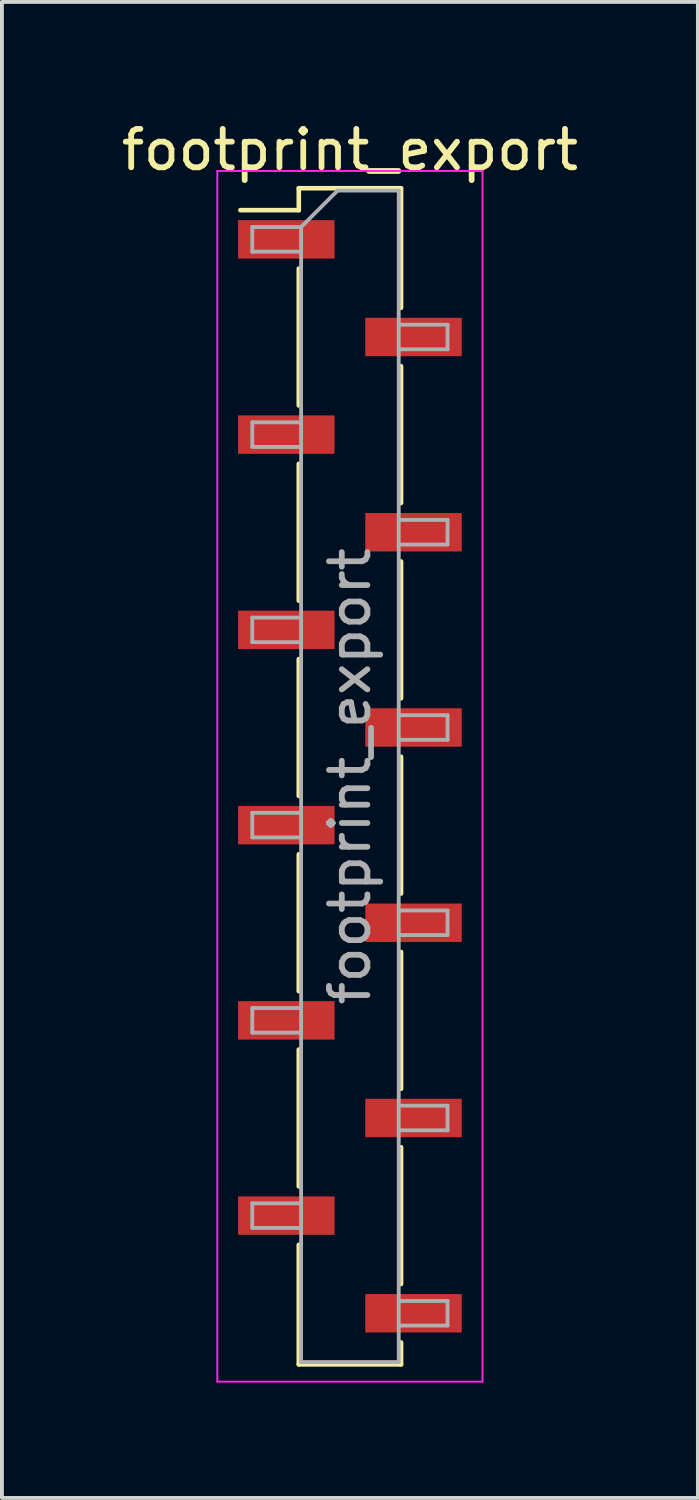
<source format=kicad_pcb>
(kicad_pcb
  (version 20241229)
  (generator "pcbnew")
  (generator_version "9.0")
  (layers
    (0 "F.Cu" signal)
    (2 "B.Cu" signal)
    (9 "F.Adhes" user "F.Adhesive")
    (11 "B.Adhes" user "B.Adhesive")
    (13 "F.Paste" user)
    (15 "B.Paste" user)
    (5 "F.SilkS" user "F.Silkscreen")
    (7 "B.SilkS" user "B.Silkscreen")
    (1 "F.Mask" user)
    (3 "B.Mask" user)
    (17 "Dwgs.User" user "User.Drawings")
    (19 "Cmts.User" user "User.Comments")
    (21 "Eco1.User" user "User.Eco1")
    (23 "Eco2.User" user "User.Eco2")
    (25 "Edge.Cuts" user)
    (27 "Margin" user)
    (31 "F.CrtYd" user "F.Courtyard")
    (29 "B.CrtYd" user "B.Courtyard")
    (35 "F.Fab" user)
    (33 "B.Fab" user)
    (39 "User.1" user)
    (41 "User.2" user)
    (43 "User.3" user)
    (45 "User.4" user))
  (footprint "footprint_export"
    (layer "F.Cu")
    (at 6.054 17.148)
    (property "Reference" "footprint_export" (at 0 -16.3 0) (layer "F.SilkS") (effects (font (size 1 1) (thickness 0.15))))
    (attr smd)
    (fp_line (start -1.33 -15.3) (end -1.33 -14.73) (stroke (width 0.12) (type solid)) (layer "F.SilkS"))
    (fp_line (start -1.33 -15.3) (end 1.33 -15.3) (stroke (width 0.12) (type solid)) (layer "F.SilkS"))
    (fp_line (start -1.33 -14.73) (end -2.85 -14.73) (stroke (width 0.12) (type solid)) (layer "F.SilkS"))
    (fp_line (start -1.33 -13.21) (end -1.33 -9.65) (stroke (width 0.12) (type solid)) (layer "F.SilkS"))
    (fp_line (start -1.33 -8.13) (end -1.33 -4.57) (stroke (width 0.12) (type solid)) (layer "F.SilkS"))
    (fp_line (start -1.33 -3.05) (end -1.33 0.51) (stroke (width 0.12) (type solid)) (layer "F.SilkS"))
    (fp_line (start -1.33 2.03) (end -1.33 5.59) (stroke (width 0.12) (type solid)) (layer "F.SilkS"))
    (fp_line (start -1.33 7.11) (end -1.33 10.67) (stroke (width 0.12) (type solid)) (layer "F.SilkS"))
    (fp_line (start -1.33 12.19) (end -1.33 15.3) (stroke (width 0.12) (type solid)) (layer "F.SilkS"))
    (fp_line (start -1.33 15.3) (end 1.33 15.3) (stroke (width 0.12) (type solid)) (layer "F.SilkS"))
    (fp_line (start 1.33 -15.3) (end 1.33 -12.19) (stroke (width 0.12) (type solid)) (layer "F.SilkS"))
    (fp_line (start 1.33 -10.67) (end 1.33 -7.11) (stroke (width 0.12) (type solid)) (layer "F.SilkS"))
    (fp_line (start 1.33 -5.59) (end 1.33 -2.03) (stroke (width 0.12) (type solid)) (layer "F.SilkS"))
    (fp_line (start 1.33 -0.51) (end 1.33 3.05) (stroke (width 0.12) (type solid)) (layer "F.SilkS"))
    (fp_line (start 1.33 4.57) (end 1.33 8.13) (stroke (width 0.12) (type solid)) (layer "F.SilkS"))
    (fp_line (start 1.33 9.65) (end 1.33 13.21) (stroke (width 0.12) (type solid)) (layer "F.SilkS"))
    (fp_line (start 1.33 14.73) (end 1.33 15.3) (stroke (width 0.12) (type solid)) (layer "F.SilkS"))
    (fp_line (start -3.45 -15.75) (end -3.45 15.75) (stroke (width 0.05) (type solid)) (layer "F.CrtYd"))
    (fp_line (start -3.45 15.75) (end 3.45 15.75) (stroke (width 0.05) (type solid)) (layer "F.CrtYd"))
    (fp_line (start 3.45 -15.75) (end -3.45 -15.75) (stroke (width 0.05) (type solid)) (layer "F.CrtYd"))
    (fp_line (start 3.45 15.75) (end 3.45 -15.75) (stroke (width 0.05) (type solid)) (layer "F.CrtYd"))
    (fp_line (start -2.54 -14.29) (end -2.54 -13.65) (stroke (width 0.1) (type solid)) (layer "F.Fab"))
    (fp_line (start -2.54 -13.65) (end -1.27 -13.65) (stroke (width 0.1) (type solid)) (layer "F.Fab"))
    (fp_line (start -2.54 -9.21) (end -2.54 -8.57) (stroke (width 0.1) (type solid)) (layer "F.Fab"))
    (fp_line (start -2.54 -8.57) (end -1.27 -8.57) (stroke (width 0.1) (type solid)) (layer "F.Fab"))
    (fp_line (start -2.54 -4.13) (end -2.54 -3.49) (stroke (width 0.1) (type solid)) (layer "F.Fab"))
    (fp_line (start -2.54 -3.49) (end -1.27 -3.49) (stroke (width 0.1) (type solid)) (layer "F.Fab"))
    (fp_line (start -2.54 0.95) (end -2.54 1.59) (stroke (width 0.1) (type solid)) (layer "F.Fab"))
    (fp_line (start -2.54 1.59) (end -1.27 1.59) (stroke (width 0.1) (type solid)) (layer "F.Fab"))
    (fp_line (start -2.54 6.03) (end -2.54 6.67) (stroke (width 0.1) (type solid)) (layer "F.Fab"))
    (fp_line (start -2.54 6.67) (end -1.27 6.67) (stroke (width 0.1) (type solid)) (layer "F.Fab"))
    (fp_line (start -2.54 11.11) (end -2.54 11.75) (stroke (width 0.1) (type solid)) (layer "F.Fab"))
    (fp_line (start -2.54 11.75) (end -1.27 11.75) (stroke (width 0.1) (type solid)) (layer "F.Fab"))
    (fp_line (start -1.27 -14.29) (end -2.54 -14.29) (stroke (width 0.1) (type solid)) (layer "F.Fab"))
    (fp_line (start -1.27 -14.29) (end -0.32 -15.24) (stroke (width 0.1) (type solid)) (layer "F.Fab"))
    (fp_line (start -1.27 -9.21) (end -2.54 -9.21) (stroke (width 0.1) (type solid)) (layer "F.Fab"))
    (fp_line (start -1.27 -4.13) (end -2.54 -4.13) (stroke (width 0.1) (type solid)) (layer "F.Fab"))
    (fp_line (start -1.27 0.95) (end -2.54 0.95) (stroke (width 0.1) (type solid)) (layer "F.Fab"))
    (fp_line (start -1.27 6.03) (end -2.54 6.03) (stroke (width 0.1) (type solid)) (layer "F.Fab"))
    (fp_line (start -1.27 11.11) (end -2.54 11.11) (stroke (width 0.1) (type solid)) (layer "F.Fab"))
    (fp_line (start -1.27 15.24) (end -1.27 -14.29) (stroke (width 0.1) (type solid)) (layer "F.Fab"))
    (fp_line (start -0.32 -15.24) (end 1.27 -15.24) (stroke (width 0.1) (type solid)) (layer "F.Fab"))
    (fp_line (start 1.27 -15.24) (end 1.27 15.24) (stroke (width 0.1) (type solid)) (layer "F.Fab"))
    (fp_line (start 1.27 -11.75) (end 2.54 -11.75) (stroke (width 0.1) (type solid)) (layer "F.Fab"))
    (fp_line (start 1.27 -6.67) (end 2.54 -6.67) (stroke (width 0.1) (type solid)) (layer "F.Fab"))
    (fp_line (start 1.27 -1.59) (end 2.54 -1.59) (stroke (width 0.1) (type solid)) (layer "F.Fab"))
    (fp_line (start 1.27 3.49) (end 2.54 3.49) (stroke (width 0.1) (type solid)) (layer "F.Fab"))
    (fp_line (start 1.27 8.57) (end 2.54 8.57) (stroke (width 0.1) (type solid)) (layer "F.Fab"))
    (fp_line (start 1.27 13.65) (end 2.54 13.65) (stroke (width 0.1) (type solid)) (layer "F.Fab"))
    (fp_line (start 1.27 15.24) (end -1.27 15.24) (stroke (width 0.1) (type solid)) (layer "F.Fab"))
    (fp_line (start 2.54 -11.75) (end 2.54 -11.11) (stroke (width 0.1) (type solid)) (layer "F.Fab"))
    (fp_line (start 2.54 -11.11) (end 1.27 -11.11) (stroke (width 0.1) (type solid)) (layer "F.Fab"))
    (fp_line (start 2.54 -6.67) (end 2.54 -6.03) (stroke (width 0.1) (type solid)) (layer "F.Fab"))
    (fp_line (start 2.54 -6.03) (end 1.27 -6.03) (stroke (width 0.1) (type solid)) (layer "F.Fab"))
    (fp_line (start 2.54 -1.59) (end 2.54 -0.95) (stroke (width 0.1) (type solid)) (layer "F.Fab"))
    (fp_line (start 2.54 -0.95) (end 1.27 -0.95) (stroke (width 0.1) (type solid)) (layer "F.Fab"))
    (fp_line (start 2.54 3.49) (end 2.54 4.13) (stroke (width 0.1) (type solid)) (layer "F.Fab"))
    (fp_line (start 2.54 4.13) (end 1.27 4.13) (stroke (width 0.1) (type solid)) (layer "F.Fab"))
    (fp_line (start 2.54 8.57) (end 2.54 9.21) (stroke (width 0.1) (type solid)) (layer "F.Fab"))
    (fp_line (start 2.54 9.21) (end 1.27 9.21) (stroke (width 0.1) (type solid)) (layer "F.Fab"))
    (fp_line (start 2.54 13.65) (end 2.54 14.29) (stroke (width 0.1) (type solid)) (layer "F.Fab"))
    (fp_line (start 2.54 14.29) (end 1.27 14.29) (stroke (width 0.1) (type solid)) (layer "F.Fab"))
    (fp_text user "${REFERENCE}" (at 0 0 90) (layer "F.Fab") (effects (font (size 1 1) (thickness 0.15))))
    (pad "1" smd rect (at -1.655 -13.97) (size 2.51 1) (layers "F.Cu" "F.Mask" "F.Paste"))
    (pad "2" smd rect (at 1.655 -11.43) (size 2.51 1) (layers "F.Cu" "F.Mask" "F.Paste"))
    (pad "3" smd rect (at -1.655 -8.89) (size 2.51 1) (layers "F.Cu" "F.Mask" "F.Paste"))
    (pad "4" smd rect (at 1.655 -6.35) (size 2.51 1) (layers "F.Cu" "F.Mask" "F.Paste"))
    (pad "5" smd rect (at -1.655 -3.81) (size 2.51 1) (layers "F.Cu" "F.Mask" "F.Paste"))
    (pad "6" smd rect (at 1.655 -1.27) (size 2.51 1) (layers "F.Cu" "F.Mask" "F.Paste"))
    (pad "7" smd rect (at -1.655 1.27) (size 2.51 1) (layers "F.Cu" "F.Mask" "F.Paste"))
    (pad "8" smd rect (at 1.655 3.81) (size 2.51 1) (layers "F.Cu" "F.Mask" "F.Paste"))
    (pad "9" smd rect (at -1.655 6.35) (size 2.51 1) (layers "F.Cu" "F.Mask" "F.Paste"))
    (pad "10" smd rect (at 1.655 8.89) (size 2.51 1) (layers "F.Cu" "F.Mask" "F.Paste"))
    (pad "11" smd rect (at -1.655 11.43) (size 2.51 1) (layers "F.Cu" "F.Mask" "F.Paste"))
    (pad "12" smd rect (at 1.655 13.97) (size 2.51 1) (layers "F.Cu" "F.Mask" "F.Paste")))
  (gr_rect
    (start -3 -3)
    (end 15.107 35.923)
    (stroke (width 0.1) (type default))
    (fill no)
    (layer "Edge.Cuts")))
</source>
